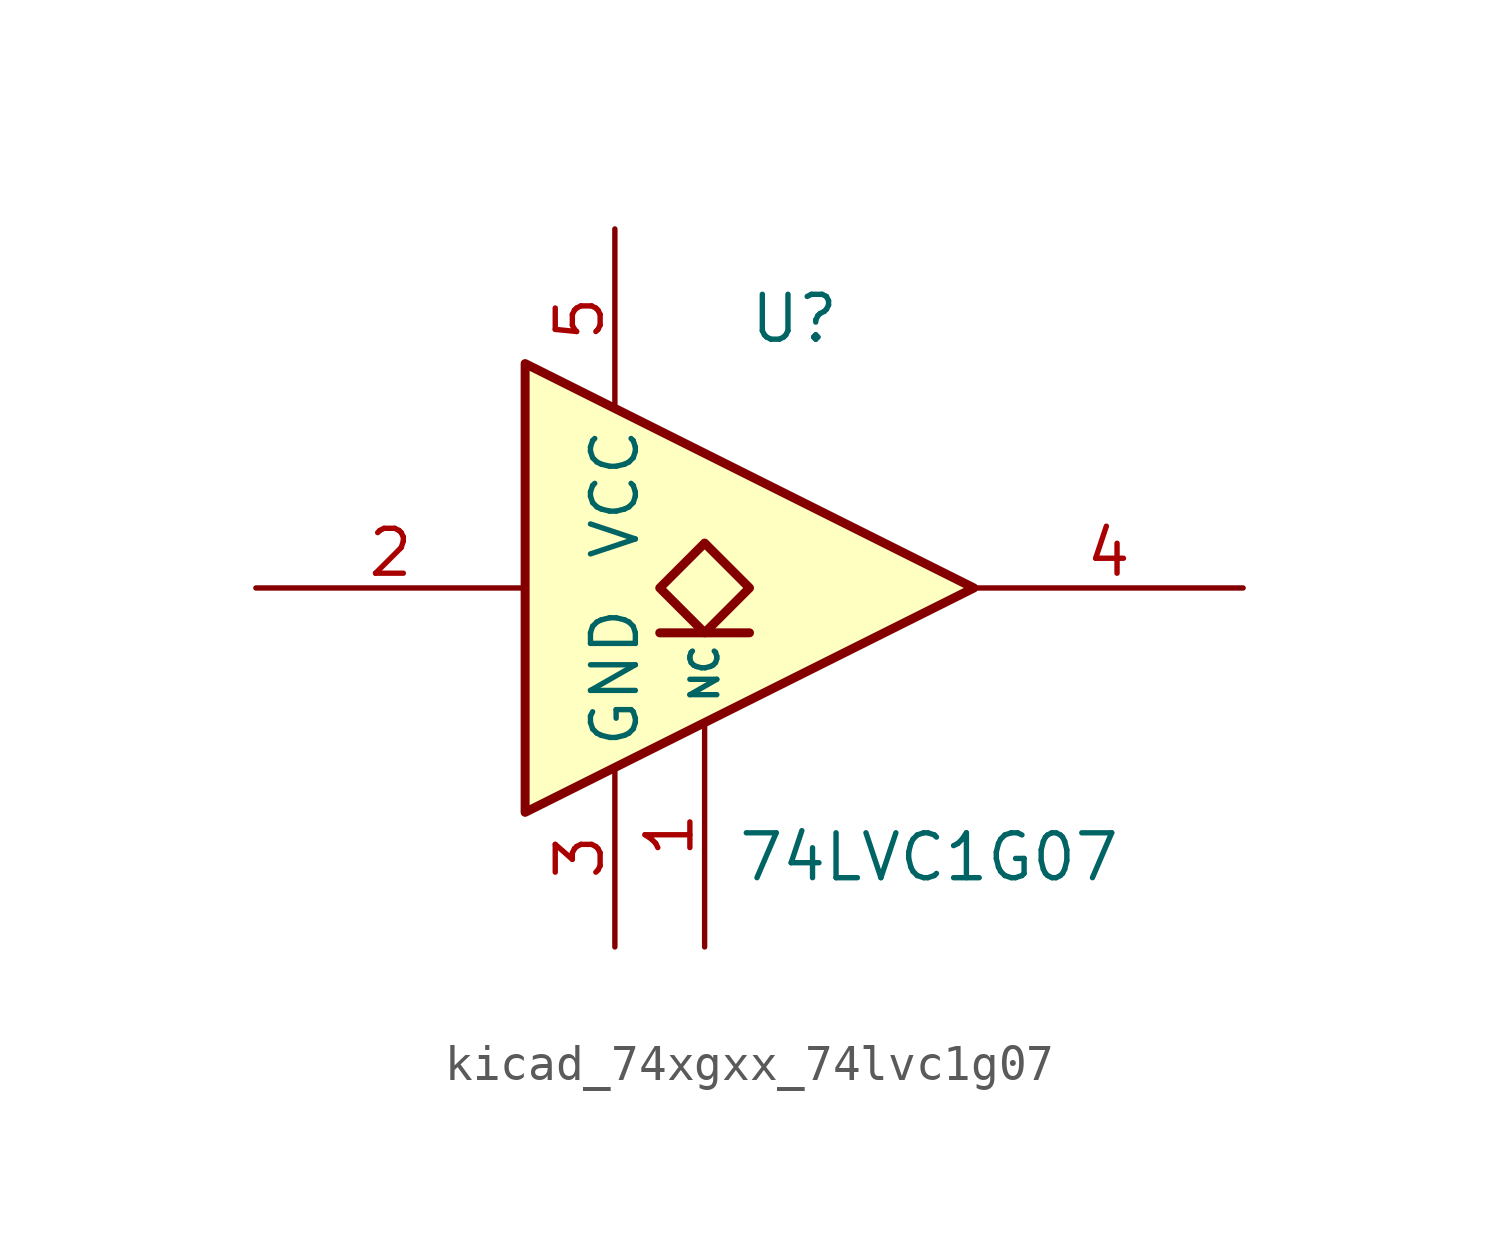
<source format=kicad_sym>
(kicad_symbol_lib
  (version 20220914)
  (generator kicad_symbol_editor)
  (symbol "kicad_74xgxx_74lvc1g07"
    (property "Reference" "U"
      (at 0 7.62 0)
      (effects (font (size 1.27 1.27))))
    (property "Value" "74LVC1G07"
      (at 3.81 -7.62 0)
      (effects (font (size 1.27 1.27))))
    (symbol "kicad_74xgxx_74lvc1g07_0_1"
      (polyline (pts (xy -3.81 -1.27) (xy -1.27 -1.27)) (stroke (width 0.254) (type default)) (fill (type background)))
      (polyline (pts (xy -7.62 6.35) (xy -7.62 -6.35) (xy 5.08 0) (xy -7.62 6.35)) (stroke (width 0.254) (type default)) (fill (type background)))
      (polyline (pts (xy -2.54 1.27) (xy -3.81 0) (xy -2.54 -1.27) (xy -1.27 0) (xy -2.54 1.27)) (stroke (width 0.254) (type default)) (fill (type background))))
    (symbol "kicad_74xgxx_74lvc1g07_1_1"
      (pin free line (at -2.54 -10.16 90) (length 6.35) (name "NC" (effects (font (size 0.762 0.762)))) (number "1" (effects (font (size 1.27 1.27)))))
      (pin input line (at -15.24 0 0) (length 7.62) (name "~" (effects (font (size 1.27 1.27)))) (number "2" (effects (font (size 1.27 1.27)))))
      (pin power_in line (at -5.08 -10.16 90) (length 5.08) (name "GND" (effects (font (size 1.27 1.27)))) (number "3" (effects (font (size 1.27 1.27)))))
      (pin open_collector line (at 12.7 0 180) (length 7.62) (name "~" (effects (font (size 1.27 1.27)))) (number "4" (effects (font (size 1.27 1.27)))))
      (pin power_in line (at -5.08 10.16 270) (length 5.08) (name "VCC" (effects (font (size 1.27 1.27)))) (number "5" (effects (font (size 1.27 1.27))))))))
</source>
